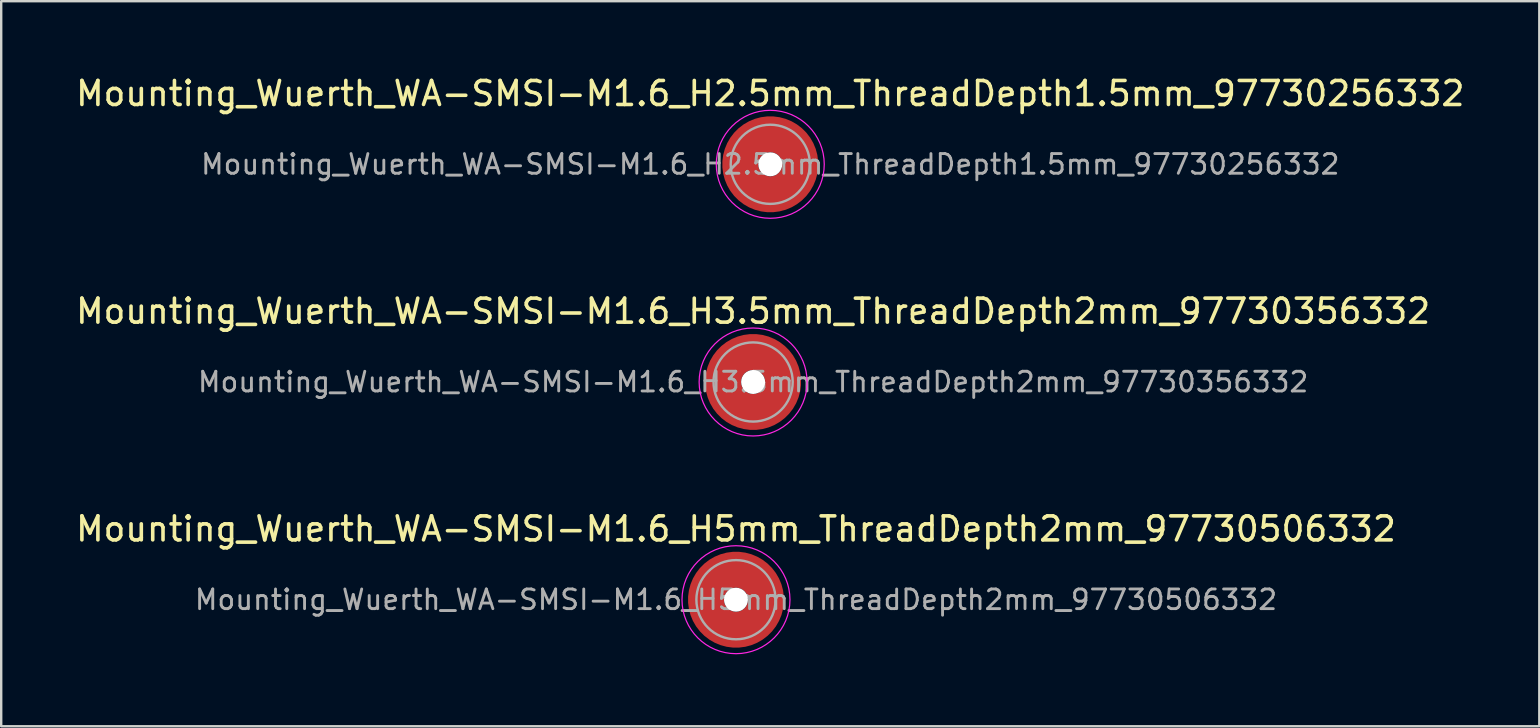
<source format=kicad_pcb>
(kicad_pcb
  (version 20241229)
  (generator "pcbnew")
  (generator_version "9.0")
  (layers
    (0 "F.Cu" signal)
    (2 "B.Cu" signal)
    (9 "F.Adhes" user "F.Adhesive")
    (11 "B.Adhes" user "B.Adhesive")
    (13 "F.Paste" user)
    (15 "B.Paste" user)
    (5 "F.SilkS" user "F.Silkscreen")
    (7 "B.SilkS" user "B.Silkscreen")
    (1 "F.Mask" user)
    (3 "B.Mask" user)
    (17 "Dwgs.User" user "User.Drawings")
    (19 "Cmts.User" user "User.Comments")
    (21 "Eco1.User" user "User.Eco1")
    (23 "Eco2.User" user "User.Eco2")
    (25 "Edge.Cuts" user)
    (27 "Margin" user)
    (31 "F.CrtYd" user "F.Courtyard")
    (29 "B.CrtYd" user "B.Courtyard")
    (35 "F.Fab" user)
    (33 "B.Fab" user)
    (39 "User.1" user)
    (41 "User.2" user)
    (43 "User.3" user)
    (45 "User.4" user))
  (footprint "Mounting_Wuerth_WA-SMSI-M1.6_H3.5mm_ThreadDepth2mm_97730356332"
    (layer "F.Cu")
    (at 28.339 12.871)
    (property "Reference" "Mounting_Wuerth_WA-SMSI-M1.6_H3.5mm_ThreadDepth2mm_97730356332" (at 0 -2.95 0) (layer "F.SilkS") (effects (font (size 1 1) (thickness 0.15))))
    (attr smd)
    (fp_circle (center 0 0) (end 2.25 0) (stroke (width 0.05) (type solid)) (fill no) (layer "F.CrtYd"))
    (fp_circle (center 0 0) (end 1.65 0) (stroke (width 0.1) (type solid)) (fill no) (layer "F.Fab"))
    (fp_text user "${REFERENCE}" (at 0 0 0) (layer "F.Fab") (effects (font (size 0.82 0.82) (thickness 0.12))))
    (pad "" smd custom (at 0 -1.25) (size 0.9 0.9) (layers "F.Paste") (options (anchor circle)) (primitives (gr_arc (start -0.259808 0.6) (mid 0 0.55) (end 0.259807 0.6) (width 0.2)) (gr_arc (start -0.466369 0.6) (mid 0 0.45) (end 0.466369 0.6) (width 0.2)) (gr_arc (start -0.622495 0.6) (mid 0 0.35) (end 0.622495 0.6) (width 0.2)) (gr_arc (start -0.759934 0.6) (mid 0 0.25) (end 0.759934 0.6) (width 0.2)) (gr_arc (start -0.887412 0.6) (mid 0 0.15) (end 0.887412 0.6) (width 0.2)) (gr_arc (start -1.008712 0.6) (mid 0 0.05) (end 1.008712 0.6) (width 0.2)) (gr_arc (start -1.125833 0.6) (mid 0 -0.05) (end 1.125833 0.6) (width 0.2)) (gr_arc (start -1.23996 0.6) (mid 0 -0.15) (end 1.23996 0.6) (width 0.2)) (gr_arc (start -1.351851 0.6) (mid 0 -0.25) (end 1.351851 0.6) (width 0.2)) (gr_arc (start -1.462019 0.6) (mid 0 -0.35) (end 1.462019 0.6) (width 0.2)) (gr_arc (start -1.570828 0.6) (mid 0 -0.45) (end 1.570828 0.6) (width 0.2)) (gr_arc (start -1.678541 0.6) (mid 0 -0.55) (end 1.678541 0.6) (width 0.2)) (gr_line (start 0.26 0.6) (end 1.679 0.6) (width 0.2)) (gr_line (start -0.26 0.6) (end -1.679 0.6) (width 0.2))))
    (pad "" np_thru_hole circle (at 0 0) (size 1 1) (drill 1) (layers "*.Cu" "*.Mask"))
    (pad "" smd custom (at 0 1.25) (size 0.9 0.9) (layers "F.Paste") (options (anchor circle)) (primitives (gr_arc (start 0.259808 -0.6) (mid 0 -0.55) (end -0.259807 -0.6) (width 0.2)) (gr_arc (start 0.466369 -0.6) (mid 0 -0.45) (end -0.466369 -0.6) (width 0.2)) (gr_arc (start 0.622495 -0.6) (mid 0 -0.35) (end -0.622495 -0.6) (width 0.2)) (gr_arc (start 0.759934 -0.6) (mid 0 -0.25) (end -0.759934 -0.6) (width 0.2)) (gr_arc (start 0.887412 -0.6) (mid 0 -0.15) (end -0.887412 -0.6) (width 0.2)) (gr_arc (start 1.008712 -0.6) (mid 0 -0.05) (end -1.008712 -0.6) (width 0.2)) (gr_arc (start 1.125833 -0.6) (mid 0 0.05) (end -1.125833 -0.6) (width 0.2)) (gr_arc (start 1.23996 -0.6) (mid 0 0.15) (end -1.23996 -0.6) (width 0.2)) (gr_arc (start 1.351851 -0.6) (mid 0 0.25) (end -1.351851 -0.6) (width 0.2)) (gr_arc (start 1.462019 -0.6) (mid 0 0.35) (end -1.462019 -0.6) (width 0.2)) (gr_arc (start 1.570828 -0.6) (mid 0 0.45) (end -1.570828 -0.6) (width 0.2)) (gr_arc (start 1.678541 -0.6) (mid 0 0.55) (end -1.678541 -0.6) (width 0.2)) (gr_line (start -0.26 -0.6) (end -1.679 -0.6) (width 0.2)) (gr_line (start 0.26 -0.6) (end 1.679 -0.6) (width 0.2))))
    (pad "1" smd circle (at -1.25 0) (size 1.1 1.1) (layers "F.Cu"))
    (pad "1" smd circle (at 0 -1.25) (size 1.1 1.1) (layers "F.Cu"))
    (pad "1" smd circle (at 0 1.25) (size 1.1 1.1) (layers "F.Cu"))
    (pad "1" smd custom (at 1.25 0) (size 1.1 1.1) (layers "F.Cu" "F.Mask") (options (anchor circle)) (primitives (gr_circle (center -1.25 0) (end 0 0) (width 1.5) (fill no)))))
  (footprint "Mounting_Wuerth_WA-SMSI-M1.6_H5mm_ThreadDepth2mm_97730506332"
    (layer "F.Cu")
    (at 27.625 21.945)
    (property "Reference" "Mounting_Wuerth_WA-SMSI-M1.6_H5mm_ThreadDepth2mm_97730506332" (at 0 -2.95 0) (layer "F.SilkS") (effects (font (size 1 1) (thickness 0.15))))
    (attr smd)
    (fp_circle (center 0 0) (end 2.25 0) (stroke (width 0.05) (type solid)) (fill no) (layer "F.CrtYd"))
    (fp_circle (center 0 0) (end 1.65 0) (stroke (width 0.1) (type solid)) (fill no) (layer "F.Fab"))
    (fp_text user "${REFERENCE}" (at 0 0 0) (layer "F.Fab") (effects (font (size 0.82 0.82) (thickness 0.12))))
    (pad "" smd custom (at 0 -1.25) (size 0.9 0.9) (layers "F.Paste") (options (anchor circle)) (primitives (gr_arc (start -0.259808 0.6) (mid 0 0.55) (end 0.259807 0.6) (width 0.2)) (gr_arc (start -0.466369 0.6) (mid 0 0.45) (end 0.466369 0.6) (width 0.2)) (gr_arc (start -0.622495 0.6) (mid 0 0.35) (end 0.622495 0.6) (width 0.2)) (gr_arc (start -0.759934 0.6) (mid 0 0.25) (end 0.759934 0.6) (width 0.2)) (gr_arc (start -0.887412 0.6) (mid 0 0.15) (end 0.887412 0.6) (width 0.2)) (gr_arc (start -1.008712 0.6) (mid 0 0.05) (end 1.008712 0.6) (width 0.2)) (gr_arc (start -1.125833 0.6) (mid 0 -0.05) (end 1.125833 0.6) (width 0.2)) (gr_arc (start -1.23996 0.6) (mid 0 -0.15) (end 1.23996 0.6) (width 0.2)) (gr_arc (start -1.351851 0.6) (mid 0 -0.25) (end 1.351851 0.6) (width 0.2)) (gr_arc (start -1.462019 0.6) (mid 0 -0.35) (end 1.462019 0.6) (width 0.2)) (gr_arc (start -1.570828 0.6) (mid 0 -0.45) (end 1.570828 0.6) (width 0.2)) (gr_arc (start -1.678541 0.6) (mid 0 -0.55) (end 1.678541 0.6) (width 0.2)) (gr_line (start 0.26 0.6) (end 1.679 0.6) (width 0.2)) (gr_line (start -0.26 0.6) (end -1.679 0.6) (width 0.2))))
    (pad "" np_thru_hole circle (at 0 0) (size 1 1) (drill 1) (layers "*.Cu" "*.Mask"))
    (pad "" smd custom (at 0 1.25) (size 0.9 0.9) (layers "F.Paste") (options (anchor circle)) (primitives (gr_arc (start 0.259808 -0.6) (mid 0 -0.55) (end -0.259807 -0.6) (width 0.2)) (gr_arc (start 0.466369 -0.6) (mid 0 -0.45) (end -0.466369 -0.6) (width 0.2)) (gr_arc (start 0.622495 -0.6) (mid 0 -0.35) (end -0.622495 -0.6) (width 0.2)) (gr_arc (start 0.759934 -0.6) (mid 0 -0.25) (end -0.759934 -0.6) (width 0.2)) (gr_arc (start 0.887412 -0.6) (mid 0 -0.15) (end -0.887412 -0.6) (width 0.2)) (gr_arc (start 1.008712 -0.6) (mid 0 -0.05) (end -1.008712 -0.6) (width 0.2)) (gr_arc (start 1.125833 -0.6) (mid 0 0.05) (end -1.125833 -0.6) (width 0.2)) (gr_arc (start 1.23996 -0.6) (mid 0 0.15) (end -1.23996 -0.6) (width 0.2)) (gr_arc (start 1.351851 -0.6) (mid 0 0.25) (end -1.351851 -0.6) (width 0.2)) (gr_arc (start 1.462019 -0.6) (mid 0 0.35) (end -1.462019 -0.6) (width 0.2)) (gr_arc (start 1.570828 -0.6) (mid 0 0.45) (end -1.570828 -0.6) (width 0.2)) (gr_arc (start 1.678541 -0.6) (mid 0 0.55) (end -1.678541 -0.6) (width 0.2)) (gr_line (start -0.26 -0.6) (end -1.679 -0.6) (width 0.2)) (gr_line (start 0.26 -0.6) (end 1.679 -0.6) (width 0.2))))
    (pad "1" smd circle (at -1.25 0) (size 1.1 1.1) (layers "F.Cu"))
    (pad "1" smd circle (at 0 -1.25) (size 1.1 1.1) (layers "F.Cu"))
    (pad "1" smd circle (at 0 1.25) (size 1.1 1.1) (layers "F.Cu"))
    (pad "1" smd custom (at 1.25 0) (size 1.1 1.1) (layers "F.Cu" "F.Mask") (options (anchor circle)) (primitives (gr_circle (center -1.25 0) (end 0 0) (width 1.5) (fill no)))))
  (footprint "Mounting_Wuerth_WA-SMSI-M1.6_H2.5mm_ThreadDepth1.5mm_97730256332"
    (layer "F.Cu")
    (at 29.054 3.798)
    (property "Reference" "Mounting_Wuerth_WA-SMSI-M1.6_H2.5mm_ThreadDepth1.5mm_97730256332" (at 0 -2.95 0) (layer "F.SilkS") (effects (font (size 1 1) (thickness 0.15))))
    (attr smd)
    (fp_circle (center 0 0) (end 2.25 0) (stroke (width 0.05) (type solid)) (fill no) (layer "F.CrtYd"))
    (fp_circle (center 0 0) (end 1.65 0) (stroke (width 0.1) (type solid)) (fill no) (layer "F.Fab"))
    (fp_text user "${REFERENCE}" (at 0 0 0) (layer "F.Fab") (effects (font (size 0.82 0.82) (thickness 0.12))))
    (pad "" smd custom (at 0 -1.25) (size 0.9 0.9) (layers "F.Paste") (options (anchor circle)) (primitives (gr_arc (start -0.259808 0.6) (mid 0 0.55) (end 0.259807 0.6) (width 0.2)) (gr_arc (start -0.466369 0.6) (mid 0 0.45) (end 0.466369 0.6) (width 0.2)) (gr_arc (start -0.622495 0.6) (mid 0 0.35) (end 0.622495 0.6) (width 0.2)) (gr_arc (start -0.759934 0.6) (mid 0 0.25) (end 0.759934 0.6) (width 0.2)) (gr_arc (start -0.887412 0.6) (mid 0 0.15) (end 0.887412 0.6) (width 0.2)) (gr_arc (start -1.008712 0.6) (mid 0 0.05) (end 1.008712 0.6) (width 0.2)) (gr_arc (start -1.125833 0.6) (mid 0 -0.05) (end 1.125833 0.6) (width 0.2)) (gr_arc (start -1.23996 0.6) (mid 0 -0.15) (end 1.23996 0.6) (width 0.2)) (gr_arc (start -1.351851 0.6) (mid 0 -0.25) (end 1.351851 0.6) (width 0.2)) (gr_arc (start -1.462019 0.6) (mid 0 -0.35) (end 1.462019 0.6) (width 0.2)) (gr_arc (start -1.570828 0.6) (mid 0 -0.45) (end 1.570828 0.6) (width 0.2)) (gr_arc (start -1.678541 0.6) (mid 0 -0.55) (end 1.678541 0.6) (width 0.2)) (gr_line (start 0.26 0.6) (end 1.679 0.6) (width 0.2)) (gr_line (start -0.26 0.6) (end -1.679 0.6) (width 0.2))))
    (pad "" np_thru_hole circle (at 0 0) (size 1 1) (drill 1) (layers "*.Cu" "*.Mask"))
    (pad "" smd custom (at 0 1.25) (size 0.9 0.9) (layers "F.Paste") (options (anchor circle)) (primitives (gr_arc (start 0.259808 -0.6) (mid 0 -0.55) (end -0.259807 -0.6) (width 0.2)) (gr_arc (start 0.466369 -0.6) (mid 0 -0.45) (end -0.466369 -0.6) (width 0.2)) (gr_arc (start 0.622495 -0.6) (mid 0 -0.35) (end -0.622495 -0.6) (width 0.2)) (gr_arc (start 0.759934 -0.6) (mid 0 -0.25) (end -0.759934 -0.6) (width 0.2)) (gr_arc (start 0.887412 -0.6) (mid 0 -0.15) (end -0.887412 -0.6) (width 0.2)) (gr_arc (start 1.008712 -0.6) (mid 0 -0.05) (end -1.008712 -0.6) (width 0.2)) (gr_arc (start 1.125833 -0.6) (mid 0 0.05) (end -1.125833 -0.6) (width 0.2)) (gr_arc (start 1.23996 -0.6) (mid 0 0.15) (end -1.23996 -0.6) (width 0.2)) (gr_arc (start 1.351851 -0.6) (mid 0 0.25) (end -1.351851 -0.6) (width 0.2)) (gr_arc (start 1.462019 -0.6) (mid 0 0.35) (end -1.462019 -0.6) (width 0.2)) (gr_arc (start 1.570828 -0.6) (mid 0 0.45) (end -1.570828 -0.6) (width 0.2)) (gr_arc (start 1.678541 -0.6) (mid 0 0.55) (end -1.678541 -0.6) (width 0.2)) (gr_line (start -0.26 -0.6) (end -1.679 -0.6) (width 0.2)) (gr_line (start 0.26 -0.6) (end 1.679 -0.6) (width 0.2))))
    (pad "1" smd circle (at -1.25 0) (size 1.1 1.1) (layers "F.Cu"))
    (pad "1" smd circle (at 0 -1.25) (size 1.1 1.1) (layers "F.Cu"))
    (pad "1" smd circle (at 0 1.25) (size 1.1 1.1) (layers "F.Cu"))
    (pad "1" smd custom (at 1.25 0) (size 1.1 1.1) (layers "F.Cu" "F.Mask") (options (anchor circle)) (primitives (gr_circle (center -1.25 0) (end 0 0) (width 1.5) (fill no)))))
  (gr_rect
    (start -3 -3)
    (end 61.107 27.22)
    (stroke (width 0.1) (type default))
    (fill no)
    (layer "Edge.Cuts")))
</source>
